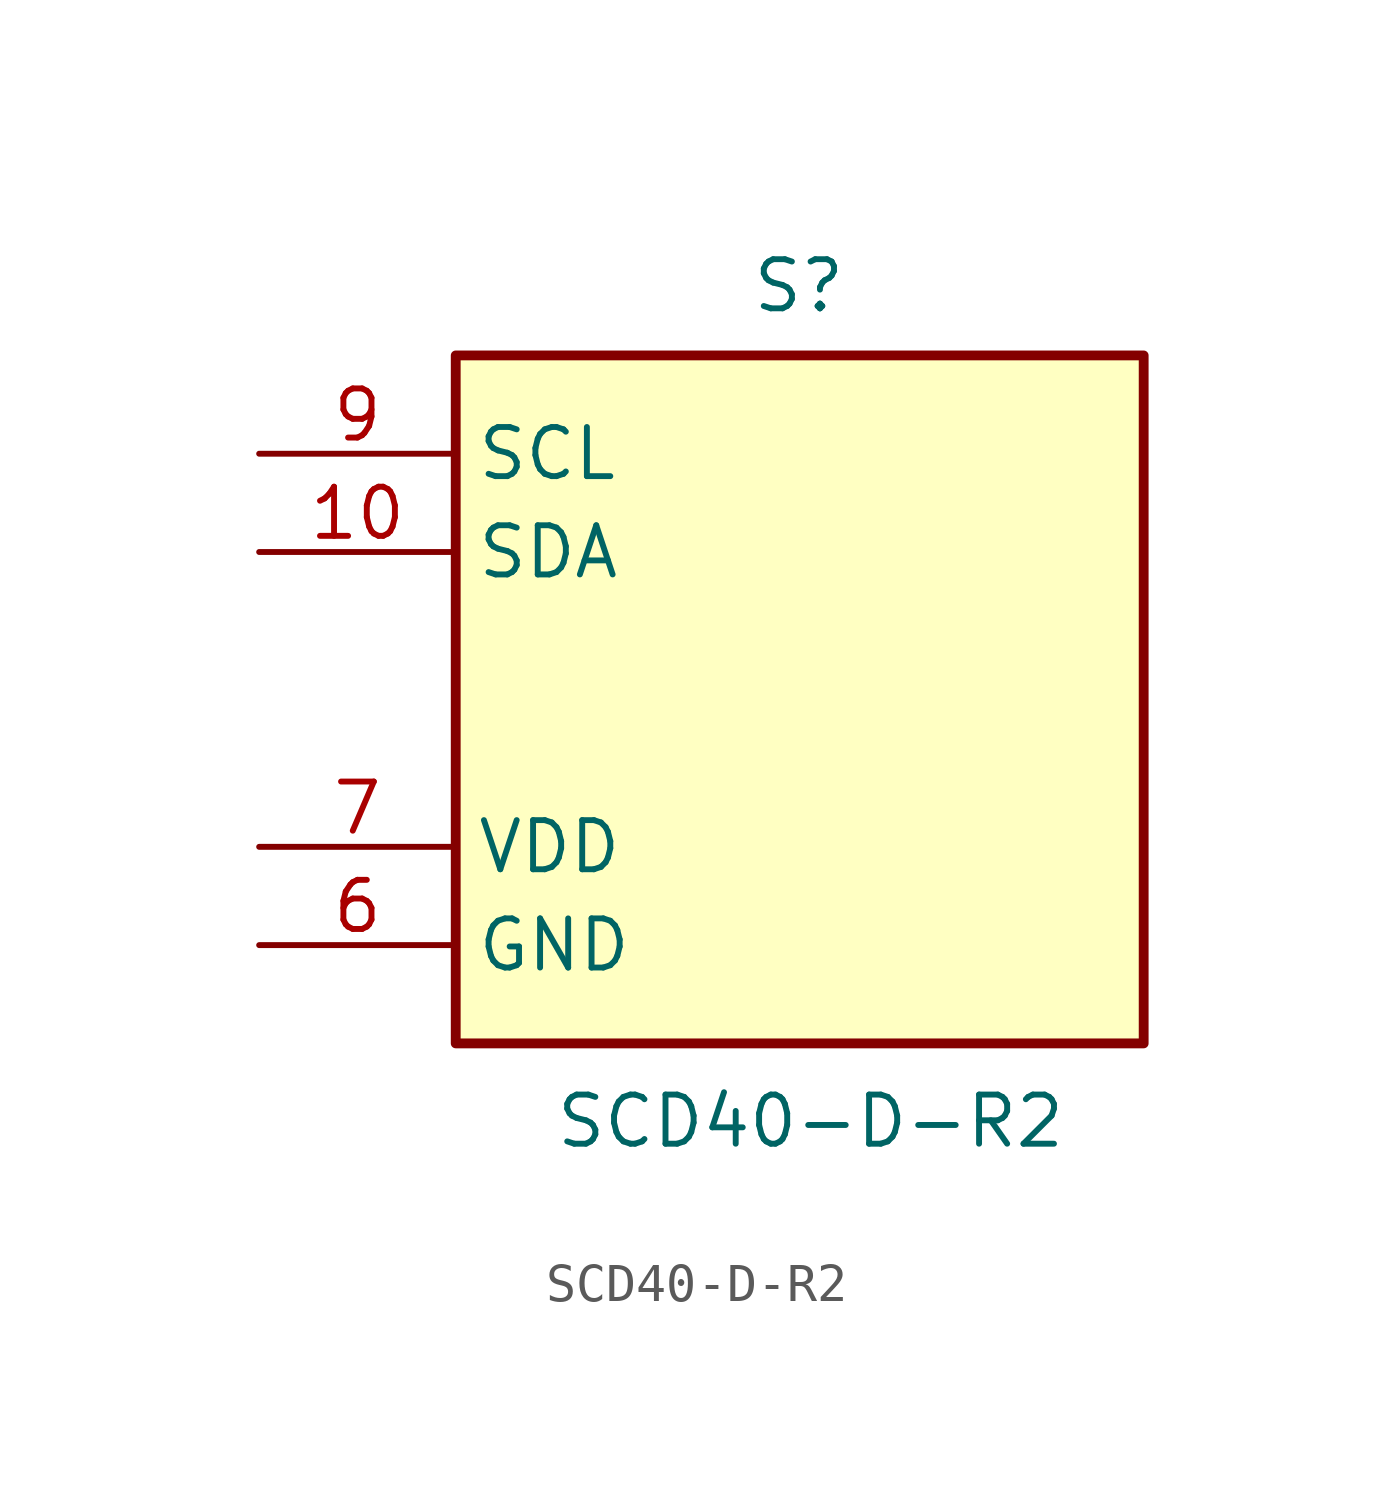
<source format=kicad_sym>
(kicad_symbol_lib
  (version 20220914)
  (generator kicad_symbol_editor)
  (symbol "SCD40-D-R2"
    (property "Reference" "S"
      (at -1.27 11.43 0)
      (effects (font (size 1.27 1.27)) (justify left top)))
    (property "Value" "SCD40-D-R2"
      (at -6.35 -10.16 0)
      (effects (font (size 1.27 1.27)) (justify left top)))
    (symbol "SCD40-D-R2_1_1"
      (rectangle (start -8.89 8.89) (end 8.89 -8.89) (stroke (width 0.254) (type default)) (fill (type background)))
      (pin bidirectional line (at -13.97 3.81 0) (length 5.08) (name "SDA" (effects (font (size 1.27 1.27)))) (number "10" (effects (font (size 1.27 1.27)))))
      (pin power_in line (at -13.97 -3.81 0) (length 5.08) hide (name "VDDH" (effects (font (size 1.27 1.27)))) (number "19" (effects (font (size 1.27 1.27)))))
      (pin power_in line (at -13.97 -6.35 0) (length 5.08) hide (name "GND" (effects (font (size 1.27 1.27)))) (number "20" (effects (font (size 1.27 1.27)))))
      (pin power_in line (at -13.97 -6.35 0) (length 5.08) hide (name "GND" (effects (font (size 1.27 1.27)))) (number "21" (effects (font (size 1.27 1.27)))))
      (pin power_in line (at -13.97 -6.35 0) (length 5.08) (name "GND" (effects (font (size 1.27 1.27)))) (number "6" (effects (font (size 1.27 1.27)))))
      (pin power_in line (at -13.97 -3.81 0) (length 5.08) (name "VDD" (effects (font (size 1.27 1.27)))) (number "7" (effects (font (size 1.27 1.27)))))
      (pin input line (at -13.97 6.35 0) (length 5.08) (name "SCL" (effects (font (size 1.27 1.27)))) (number "9" (effects (font (size 1.27 1.27))))))))
</source>
